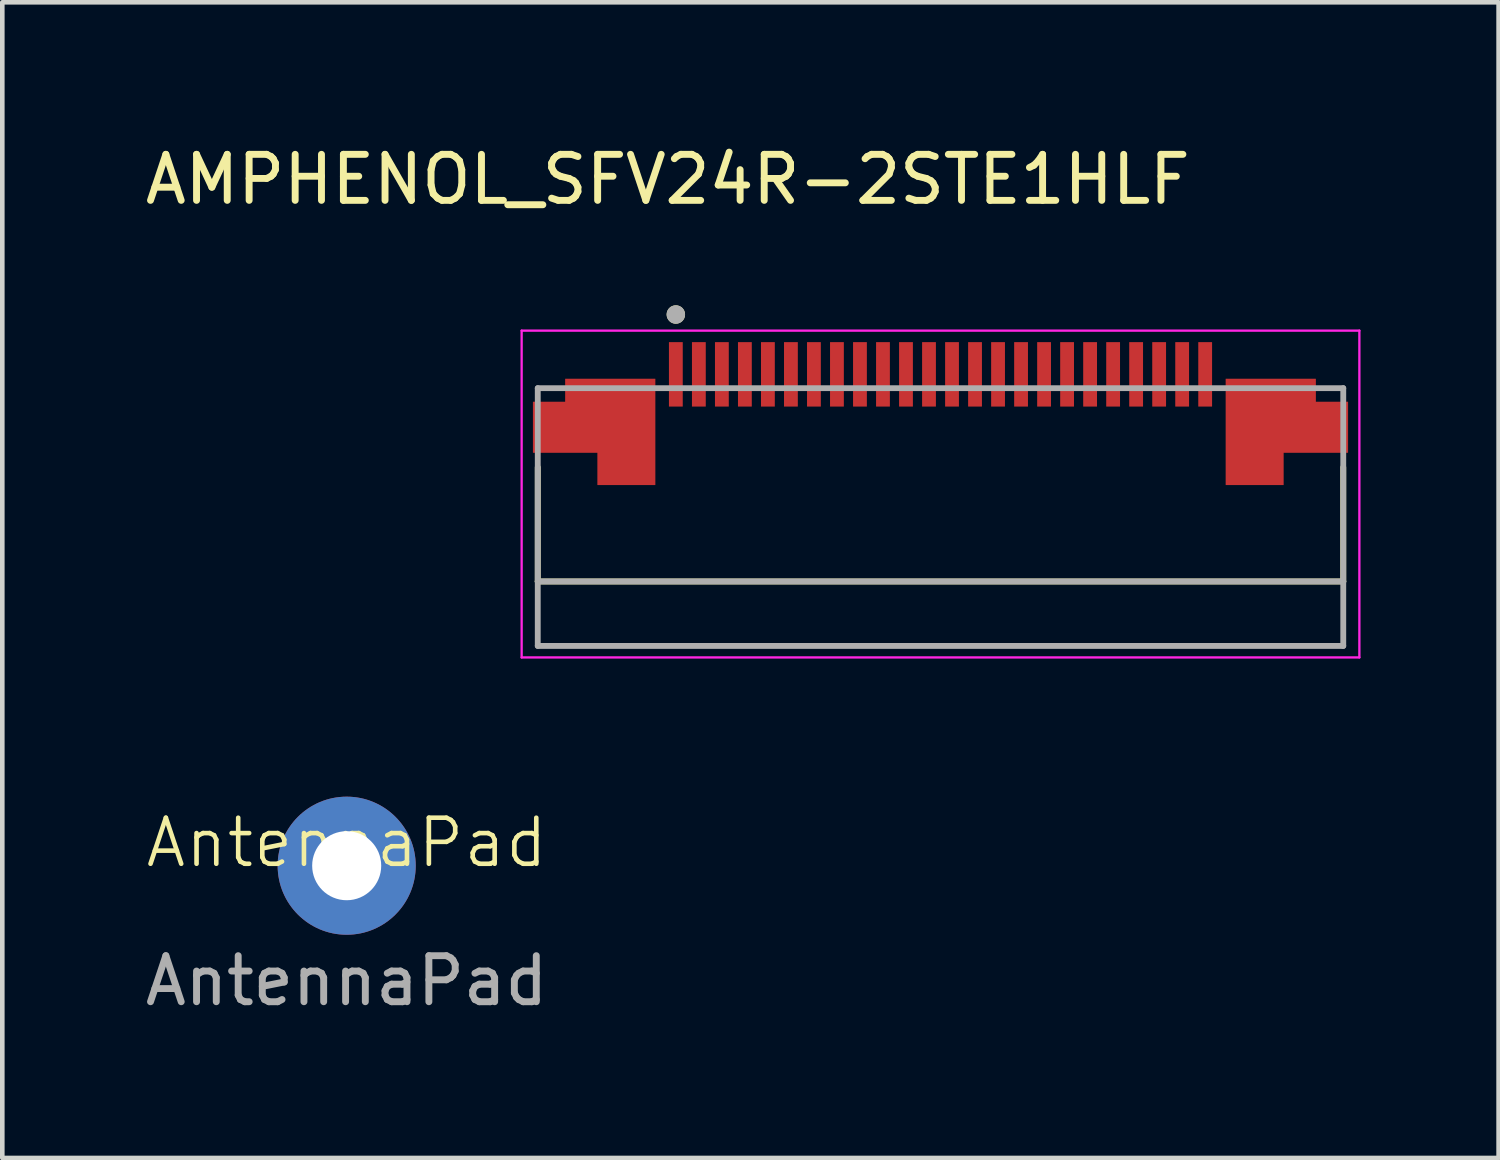
<source format=kicad_pcb>
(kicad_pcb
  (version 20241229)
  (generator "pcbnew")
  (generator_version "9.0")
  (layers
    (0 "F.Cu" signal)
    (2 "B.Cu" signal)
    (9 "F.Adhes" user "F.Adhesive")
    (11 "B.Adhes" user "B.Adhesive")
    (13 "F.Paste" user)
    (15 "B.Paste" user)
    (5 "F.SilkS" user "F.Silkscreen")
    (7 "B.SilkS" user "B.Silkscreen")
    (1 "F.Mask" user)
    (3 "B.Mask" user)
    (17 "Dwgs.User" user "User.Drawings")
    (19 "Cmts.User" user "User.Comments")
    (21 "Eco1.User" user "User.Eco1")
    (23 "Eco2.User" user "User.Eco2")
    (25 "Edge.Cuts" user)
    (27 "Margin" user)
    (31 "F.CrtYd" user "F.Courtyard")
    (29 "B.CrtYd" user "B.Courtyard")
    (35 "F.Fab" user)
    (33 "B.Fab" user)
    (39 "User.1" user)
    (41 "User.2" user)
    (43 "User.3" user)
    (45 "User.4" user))
  (footprint "AntennaPad"
    (layer "F.Cu")
    (at 4.482 15.758)
    (property "Reference" "AntennaPad" (at 0 -0.5 0) (unlocked yes) (layer "F.SilkS") (effects (font (size 1 1) (thickness 0.1))))
    (attr through_hole)
    (fp_text user "${REFERENCE}" (at 0 2.5 0) (unlocked yes) (layer "F.Fab") (effects (font (size 1 1) (thickness 0.15))))
    (pad "1" thru_hole circle (at 0 0) (size 3 3) (drill 1.5) (layers "*.Cu" "*.Mask")))
  (footprint "AMPHENOL_SFV24R-2STE1HLF"
    (layer "F.Cu")
    (at 17.383 7.483)
    (property "Reference" "AMPHENOL_SFV24R-2STE1HLF" (at -5.925 -6.635 0) (layer "F.SilkS") (effects (font (size 1 1) (thickness 0.15))))
    (attr smd)
    (fp_poly (pts (xy -8.95 -1.9) (xy -8.95 -0.6) (xy -7.55 -0.6) (xy -7.55 0.1) (xy -6.1 0.1) (xy -6.1 -2.4) (xy -8.25 -2.4) (xy -8.25 -1.9)) (stroke (width 0.01) (type solid)) (fill yes) (layer "F.Mask"))
    (fp_poly (pts (xy 8.95 -1.9) (xy 8.95 -0.6) (xy 7.55 -0.6) (xy 7.55 0.1) (xy 6.1 0.1) (xy 6.1 -2.4) (xy 8.25 -2.4) (xy 8.25 -1.9)) (stroke (width 0.01) (type solid)) (fill yes) (layer "F.Mask"))
    (fp_line (start -8.75 -0.38) (end -8.75 2.1) (stroke (width 0.127) (type solid)) (layer "F.SilkS"))
    (fp_line (start -8.75 2.1) (end 8.75 2.1) (stroke (width 0.127) (type solid)) (layer "F.SilkS"))
    (fp_line (start 8.75 2.1) (end 8.75 -0.38) (stroke (width 0.127) (type solid)) (layer "F.SilkS"))
    (fp_circle (center -5.75 -3.7) (end -5.65 -3.7) (stroke (width 0.2) (type solid)) (fill no) (layer "F.SilkS"))
    (fp_poly (pts (xy -8.85 -1.8) (xy -8.85 -0.7) (xy -7.45 -0.7) (xy -7.45 0) (xy -6.2 0) (xy -6.2 -2.3) (xy -8.15 -2.3) (xy -8.15 -1.8)) (stroke (width 0.01) (type solid)) (fill yes) (layer "F.Paste"))
    (fp_poly (pts (xy 8.85 -1.8) (xy 8.85 -0.7) (xy 7.45 -0.7) (xy 7.45 0) (xy 6.2 0) (xy 6.2 -2.3) (xy 8.15 -2.3) (xy 8.15 -1.8)) (stroke (width 0.01) (type solid)) (fill yes) (layer "F.Paste"))
    (fp_line (start -9.1 -3.35) (end -9.1 3.75) (stroke (width 0.05) (type solid)) (layer "F.CrtYd"))
    (fp_line (start -9.1 3.75) (end 9.1 3.75) (stroke (width 0.05) (type solid)) (layer "F.CrtYd"))
    (fp_line (start 9.1 -3.35) (end -9.1 -3.35) (stroke (width 0.05) (type solid)) (layer "F.CrtYd"))
    (fp_line (start 9.1 3.75) (end 9.1 -3.35) (stroke (width 0.05) (type solid)) (layer "F.CrtYd"))
    (fp_line (start -8.75 -2.1) (end -8.75 2.1) (stroke (width 0.127) (type solid)) (layer "F.Fab"))
    (fp_line (start -8.75 2.1) (end -8.75 3.5) (stroke (width 0.127) (type solid)) (layer "F.Fab"))
    (fp_line (start -8.75 2.1) (end 8.75 2.1) (stroke (width 0.127) (type solid)) (layer "F.Fab"))
    (fp_line (start -8.75 3.5) (end 8.75 3.5) (stroke (width 0.127) (type solid)) (layer "F.Fab"))
    (fp_line (start 8.75 -2.1) (end -8.75 -2.1) (stroke (width 0.127) (type solid)) (layer "F.Fab"))
    (fp_line (start 8.75 2.1) (end 8.75 -2.1) (stroke (width 0.127) (type solid)) (layer "F.Fab"))
    (fp_line (start 8.75 3.5) (end 8.75 2.1) (stroke (width 0.127) (type solid)) (layer "F.Fab"))
    (fp_circle (center -5.75 -3.7) (end -5.65 -3.7) (stroke (width 0.2) (type solid)) (fill no) (layer "F.Fab"))
    (pad "1" smd rect (at -5.75 -2.4) (size 0.3 1.4) (layers "F.Cu" "F.Mask" "F.Paste"))
    (pad "2" smd rect (at -5.25 -2.4) (size 0.3 1.4) (layers "F.Cu" "F.Mask" "F.Paste"))
    (pad "3" smd rect (at -4.75 -2.4) (size 0.3 1.4) (layers "F.Cu" "F.Mask" "F.Paste"))
    (pad "4" smd rect (at -4.25 -2.4) (size 0.3 1.4) (layers "F.Cu" "F.Mask" "F.Paste"))
    (pad "5" smd rect (at -3.75 -2.4) (size 0.3 1.4) (layers "F.Cu" "F.Mask" "F.Paste"))
    (pad "6" smd rect (at -3.25 -2.4) (size 0.3 1.4) (layers "F.Cu" "F.Mask" "F.Paste"))
    (pad "7" smd rect (at -2.75 -2.4) (size 0.3 1.4) (layers "F.Cu" "F.Mask" "F.Paste"))
    (pad "8" smd rect (at -2.25 -2.4) (size 0.3 1.4) (layers "F.Cu" "F.Mask" "F.Paste"))
    (pad "9" smd rect (at -1.75 -2.4) (size 0.3 1.4) (layers "F.Cu" "F.Mask" "F.Paste"))
    (pad "10" smd rect (at -1.25 -2.4) (size 0.3 1.4) (layers "F.Cu" "F.Mask" "F.Paste"))
    (pad "11" smd rect (at -0.75 -2.4) (size 0.3 1.4) (layers "F.Cu" "F.Mask" "F.Paste"))
    (pad "12" smd rect (at -0.25 -2.4) (size 0.3 1.4) (layers "F.Cu" "F.Mask" "F.Paste"))
    (pad "13" smd rect (at 0.25 -2.4) (size 0.3 1.4) (layers "F.Cu" "F.Mask" "F.Paste"))
    (pad "14" smd rect (at 0.75 -2.4) (size 0.3 1.4) (layers "F.Cu" "F.Mask" "F.Paste"))
    (pad "15" smd rect (at 1.25 -2.4) (size 0.3 1.4) (layers "F.Cu" "F.Mask" "F.Paste"))
    (pad "16" smd rect (at 1.75 -2.4) (size 0.3 1.4) (layers "F.Cu" "F.Mask" "F.Paste"))
    (pad "17" smd rect (at 2.25 -2.4) (size 0.3 1.4) (layers "F.Cu" "F.Mask" "F.Paste"))
    (pad "18" smd rect (at 2.75 -2.4) (size 0.3 1.4) (layers "F.Cu" "F.Mask" "F.Paste"))
    (pad "19" smd rect (at 3.25 -2.4) (size 0.3 1.4) (layers "F.Cu" "F.Mask" "F.Paste"))
    (pad "20" smd rect (at 3.75 -2.4) (size 0.3 1.4) (layers "F.Cu" "F.Mask" "F.Paste"))
    (pad "21" smd rect (at 4.25 -2.4) (size 0.3 1.4) (layers "F.Cu" "F.Mask" "F.Paste"))
    (pad "22" smd rect (at 4.75 -2.4) (size 0.3 1.4) (layers "F.Cu" "F.Mask" "F.Paste"))
    (pad "23" smd rect (at 5.25 -2.4) (size 0.3 1.4) (layers "F.Cu" "F.Mask" "F.Paste"))
    (pad "24" smd rect (at 5.75 -2.4) (size 0.3 1.4) (layers "F.Cu" "F.Mask" "F.Paste"))
    (pad "S1" smd custom (at -7.525 -1.4) (size 1 1) (layers "F.Cu") (options (anchor rect)) (primitives (gr_poly (pts (xy -1.325 -0.4) (xy -1.325 0.7) (xy 0.075 0.7) (xy 0.075 1.4) (xy 1.325 1.4) (xy 1.325 -0.9) (xy -0.625 -0.9) (xy -0.625 -0.4)) (width 0.01) (fill yes))))
    (pad "S2" smd custom (at 7.525 -1.4) (size 1 1) (layers "F.Cu") (options (anchor rect)) (primitives (gr_poly (pts (xy 1.325 -0.4) (xy 1.325 0.7) (xy -0.075 0.7) (xy -0.075 1.4) (xy -1.325 1.4) (xy -1.325 -0.9) (xy 0.625 -0.9) (xy 0.625 -0.4)) (width 0.01) (fill yes)))))
  (gr_rect
    (start -3 -3)
    (end 29.508 22.107)
    (stroke (width 0.1) (type default))
    (fill no)
    (layer "Edge.Cuts")))
</source>
